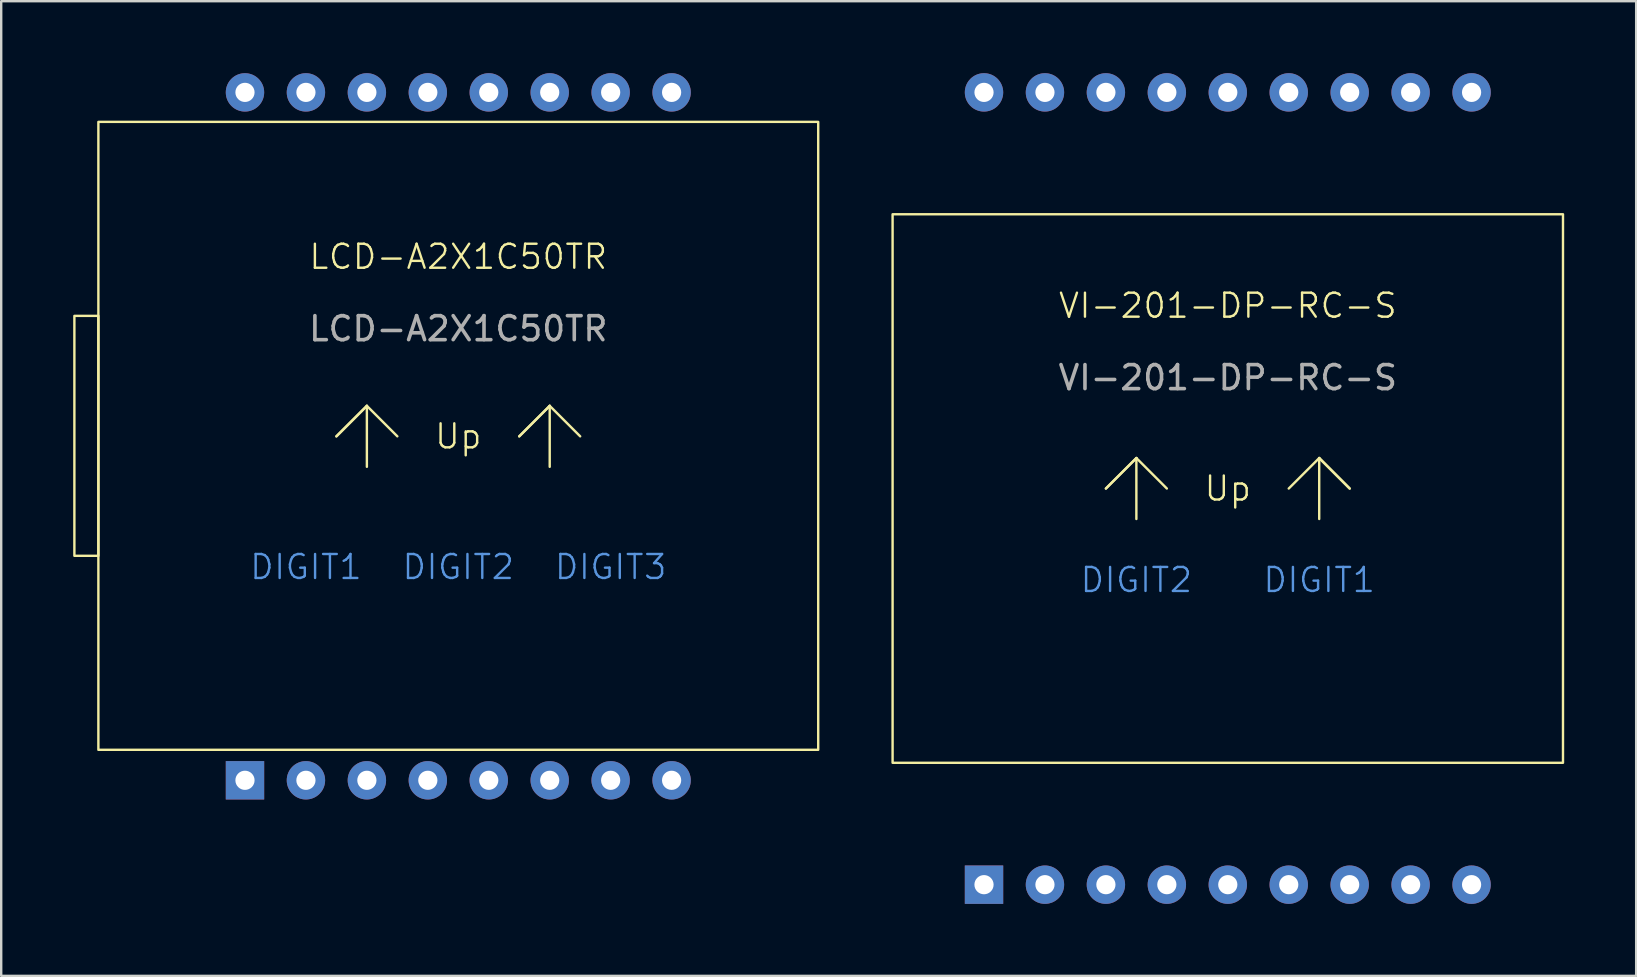
<source format=kicad_pcb>
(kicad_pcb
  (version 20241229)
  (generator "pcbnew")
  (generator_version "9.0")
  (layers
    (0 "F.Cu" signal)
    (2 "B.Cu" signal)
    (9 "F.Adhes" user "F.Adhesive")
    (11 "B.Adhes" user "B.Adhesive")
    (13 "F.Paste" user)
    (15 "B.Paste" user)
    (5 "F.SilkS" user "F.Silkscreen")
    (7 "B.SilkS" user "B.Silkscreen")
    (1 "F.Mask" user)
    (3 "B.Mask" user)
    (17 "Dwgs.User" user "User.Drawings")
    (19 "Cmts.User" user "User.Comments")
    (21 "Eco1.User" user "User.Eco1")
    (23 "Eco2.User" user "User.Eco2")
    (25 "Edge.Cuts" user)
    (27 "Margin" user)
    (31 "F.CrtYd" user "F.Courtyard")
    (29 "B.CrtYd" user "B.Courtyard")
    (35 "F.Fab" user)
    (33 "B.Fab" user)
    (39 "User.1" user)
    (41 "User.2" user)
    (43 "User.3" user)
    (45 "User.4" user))
  (footprint "LCD-A2X1C50TR"
    (layer "F.Cu")
    (at 7.16 29.47)
    (property "Reference" "LCD-A2X1C50TR" (at 8.89 -21.82 0) (unlocked yes) (layer "F.SilkS") (effects (font (size 1 1) (thickness 0.1))))
    (attr through_hole)
    (fp_line (start 3.81 -14.335) (end 5.08 -15.605) (stroke (width 0.1) (type default)) (layer "F.SilkS"))
    (fp_line (start 5.08 -15.605) (end 3.81 -14.335) (stroke (width 0.1) (type default)) (layer "F.SilkS"))
    (fp_line (start 5.08 -13.065) (end 5.08 -15.605) (stroke (width 0.1) (type default)) (layer "F.SilkS"))
    (fp_line (start 6.35 -14.335) (end 5.08 -15.605) (stroke (width 0.1) (type default)) (layer "F.SilkS"))
    (fp_line (start 11.43 -14.335) (end 12.7 -15.605) (stroke (width 0.1) (type default)) (layer "F.SilkS"))
    (fp_line (start 12.7 -15.605) (end 11.43 -14.335) (stroke (width 0.1) (type default)) (layer "F.SilkS"))
    (fp_line (start 12.7 -13.065) (end 12.7 -15.605) (stroke (width 0.1) (type default)) (layer "F.SilkS"))
    (fp_line (start 13.97 -14.335) (end 12.7 -15.605) (stroke (width 0.1) (type default)) (layer "F.SilkS"))
    (fp_rect (start -7.11 -19.355) (end -6.11 -9.355) (stroke (width 0.1) (type default)) (fill no) (layer "F.SilkS"))
    (fp_rect (start -6.11 -27.44) (end 23.89 -1.27) (stroke (width 0.1) (type default)) (fill no) (layer "F.SilkS"))
    (fp_text user "Up" (at 8.89 -14.335 0) (unlocked yes) (layer "F.SilkS") (effects (font (size 1 1) (thickness 0.1))))
    (fp_text user "DIGIT1" (at 2.54 -8.89 0) (unlocked yes) (layer "Cmts.User") (effects (font (size 1 1) (thickness 0.1))))
    (fp_text user "DIGIT2" (at 8.89 -8.89 0) (unlocked yes) (layer "Cmts.User") (effects (font (size 1 1) (thickness 0.1))))
    (fp_text user "DIGIT3" (at 15.24 -8.89 0) (unlocked yes) (layer "Cmts.User") (effects (font (size 1 1) (thickness 0.1))))
    (fp_text user "${REFERENCE}" (at 8.89 -18.82 0) (unlocked yes) (layer "F.Fab") (effects (font (size 1 1) (thickness 0.15))))
    (pad "1" thru_hole rect (at 0 0) (size 1.6 1.6) (drill 0.8) (layers "*.Cu" "*.Mask"))
    (pad "2" thru_hole circle (at 2.54 0) (size 1.6 1.6) (drill 0.8) (layers "*.Cu" "*.Mask"))
    (pad "3" thru_hole circle (at 5.08 0) (size 1.6 1.6) (drill 0.8) (layers "*.Cu" "*.Mask"))
    (pad "4" thru_hole circle (at 7.62 0) (size 1.6 1.6) (drill 0.8) (layers "*.Cu" "*.Mask"))
    (pad "5" thru_hole circle (at 10.16 0) (size 1.6 1.6) (drill 0.8) (layers "*.Cu" "*.Mask"))
    (pad "6" thru_hole circle (at 12.7 0) (size 1.6 1.6) (drill 0.8) (layers "*.Cu" "*.Mask"))
    (pad "7" thru_hole circle (at 15.24 0) (size 1.6 1.6) (drill 0.8) (layers "*.Cu" "*.Mask"))
    (pad "8" thru_hole circle (at 17.78 0) (size 1.6 1.6) (drill 0.8) (layers "*.Cu" "*.Mask"))
    (pad "9" thru_hole circle (at 17.78 -28.67) (size 1.6 1.6) (drill 0.8) (layers "*.Cu" "*.Mask"))
    (pad "10" thru_hole circle (at 15.24 -28.67) (size 1.6 1.6) (drill 0.8) (layers "*.Cu" "*.Mask"))
    (pad "11" thru_hole circle (at 12.7 -28.67) (size 1.6 1.6) (drill 0.8) (layers "*.Cu" "*.Mask"))
    (pad "12" thru_hole circle (at 10.16 -28.67) (size 1.6 1.6) (drill 0.8) (layers "*.Cu" "*.Mask"))
    (pad "13" thru_hole circle (at 7.62 -28.67) (size 1.6 1.6) (drill 0.8) (layers "*.Cu" "*.Mask"))
    (pad "14" thru_hole circle (at 5.08 -28.67) (size 1.6 1.6) (drill 0.8) (layers "*.Cu" "*.Mask"))
    (pad "15" thru_hole circle (at 2.54 -28.67) (size 1.6 1.6) (drill 0.8) (layers "*.Cu" "*.Mask"))
    (pad "16" thru_hole circle (at 0 -28.67) (size 1.6 1.6) (drill 0.8) (layers "*.Cu" "*.Mask")))
  (footprint "VI-201-DP-RC-S"
    (layer "F.Cu")
    (at 37.96 33.82)
    (property "Reference" "VI-201-DP-RC-S" (at 10.16 -24.13 0) (unlocked yes) (layer "F.SilkS") (effects (font (size 1 1) (thickness 0.1))))
    (attr through_hole)
    (fp_line (start 5.08 -16.51) (end 6.35 -17.78) (stroke (width 0.1) (type default)) (layer "F.SilkS"))
    (fp_line (start 6.35 -17.78) (end 5.08 -16.51) (stroke (width 0.1) (type default)) (layer "F.SilkS"))
    (fp_line (start 6.35 -15.24) (end 6.35 -17.78) (stroke (width 0.1) (type default)) (layer "F.SilkS"))
    (fp_line (start 7.62 -16.51) (end 6.35 -17.78) (stroke (width 0.1) (type default)) (layer "F.SilkS"))
    (fp_line (start 12.7 -16.51) (end 13.97 -17.78) (stroke (width 0.1) (type default)) (layer "F.SilkS"))
    (fp_line (start 13.97 -17.78) (end 15.24 -16.51) (stroke (width 0.1) (type default)) (layer "F.SilkS"))
    (fp_line (start 13.97 -15.24) (end 13.97 -17.78) (stroke (width 0.1) (type default)) (layer "F.SilkS"))
    (fp_line (start 15.24 -16.51) (end 13.97 -17.78) (stroke (width 0.1) (type default)) (layer "F.SilkS"))
    (fp_rect (start -3.81 -27.94) (end 24.13 -5.08) (stroke (width 0.1) (type default)) (fill no) (layer "F.SilkS"))
    (fp_text user "Up" (at 10.16 -16.51 0) (unlocked yes) (layer "F.SilkS") (effects (font (size 1 1) (thickness 0.1))))
    (fp_text user "DIGIT1" (at 13.97 -12.7 0) (unlocked yes) (layer "Cmts.User") (effects (font (size 1 1) (thickness 0.1))))
    (fp_text user "DIGIT2" (at 6.35 -12.7 0) (unlocked yes) (layer "Cmts.User") (effects (font (size 1 1) (thickness 0.1))))
    (fp_text user "${REFERENCE}" (at 10.16 -21.13 0) (unlocked yes) (layer "F.Fab") (effects (font (size 1 1) (thickness 0.15))))
    (pad "1" thru_hole circle (at 0 -33.02) (size 1.6 1.6) (drill 0.8) (layers "*.Cu" "*.Mask"))
    (pad "1" thru_hole rect (at 0 0) (size 1.6 1.6) (drill 0.8) (layers "*.Cu" "*.Mask"))
    (pad "2" thru_hole circle (at 2.54 0) (size 1.6 1.6) (drill 0.8) (layers "*.Cu" "*.Mask"))
    (pad "3" thru_hole circle (at 5.08 0) (size 1.6 1.6) (drill 0.8) (layers "*.Cu" "*.Mask"))
    (pad "4" thru_hole circle (at 7.62 0) (size 1.6 1.6) (drill 0.8) (layers "*.Cu" "*.Mask"))
    (pad "5" thru_hole circle (at 10.16 0) (size 1.6 1.6) (drill 0.8) (layers "*.Cu" "*.Mask"))
    (pad "6" thru_hole circle (at 12.7 0) (size 1.6 1.6) (drill 0.8) (layers "*.Cu" "*.Mask"))
    (pad "7" thru_hole circle (at 15.24 0) (size 1.6 1.6) (drill 0.8) (layers "*.Cu" "*.Mask"))
    (pad "8" thru_hole circle (at 17.78 0) (size 1.6 1.6) (drill 0.8) (layers "*.Cu" "*.Mask"))
    (pad "9" thru_hole circle (at 20.32 0) (size 1.6 1.6) (drill 0.8) (layers "*.Cu" "*.Mask"))
    (pad "10" thru_hole circle (at 20.32 -33.02) (size 1.6 1.6) (drill 0.8) (layers "*.Cu" "*.Mask"))
    (pad "11" thru_hole circle (at 17.78 -33.02) (size 1.6 1.6) (drill 0.8) (layers "*.Cu" "*.Mask"))
    (pad "12" thru_hole circle (at 15.24 -33.02) (size 1.6 1.6) (drill 0.8) (layers "*.Cu" "*.Mask"))
    (pad "13" thru_hole circle (at 12.7 -33.02) (size 1.6 1.6) (drill 0.8) (layers "*.Cu" "*.Mask"))
    (pad "14" thru_hole circle (at 10.16 -33.02) (size 1.6 1.6) (drill 0.8) (layers "*.Cu" "*.Mask"))
    (pad "15" thru_hole circle (at 7.62 -33.02) (size 1.6 1.6) (drill 0.8) (layers "*.Cu" "*.Mask"))
    (pad "16" thru_hole circle (at 5.08 -33.02) (size 1.6 1.6) (drill 0.8) (layers "*.Cu" "*.Mask"))
    (pad "17" thru_hole circle (at 2.54 -33.02) (size 1.6 1.6) (drill 0.8) (layers "*.Cu" "*.Mask")))
  (gr_rect
    (start -3 -3)
    (end 65.14 37.62)
    (stroke (width 0.1) (type default))
    (fill no)
    (layer "Edge.Cuts")))
</source>
